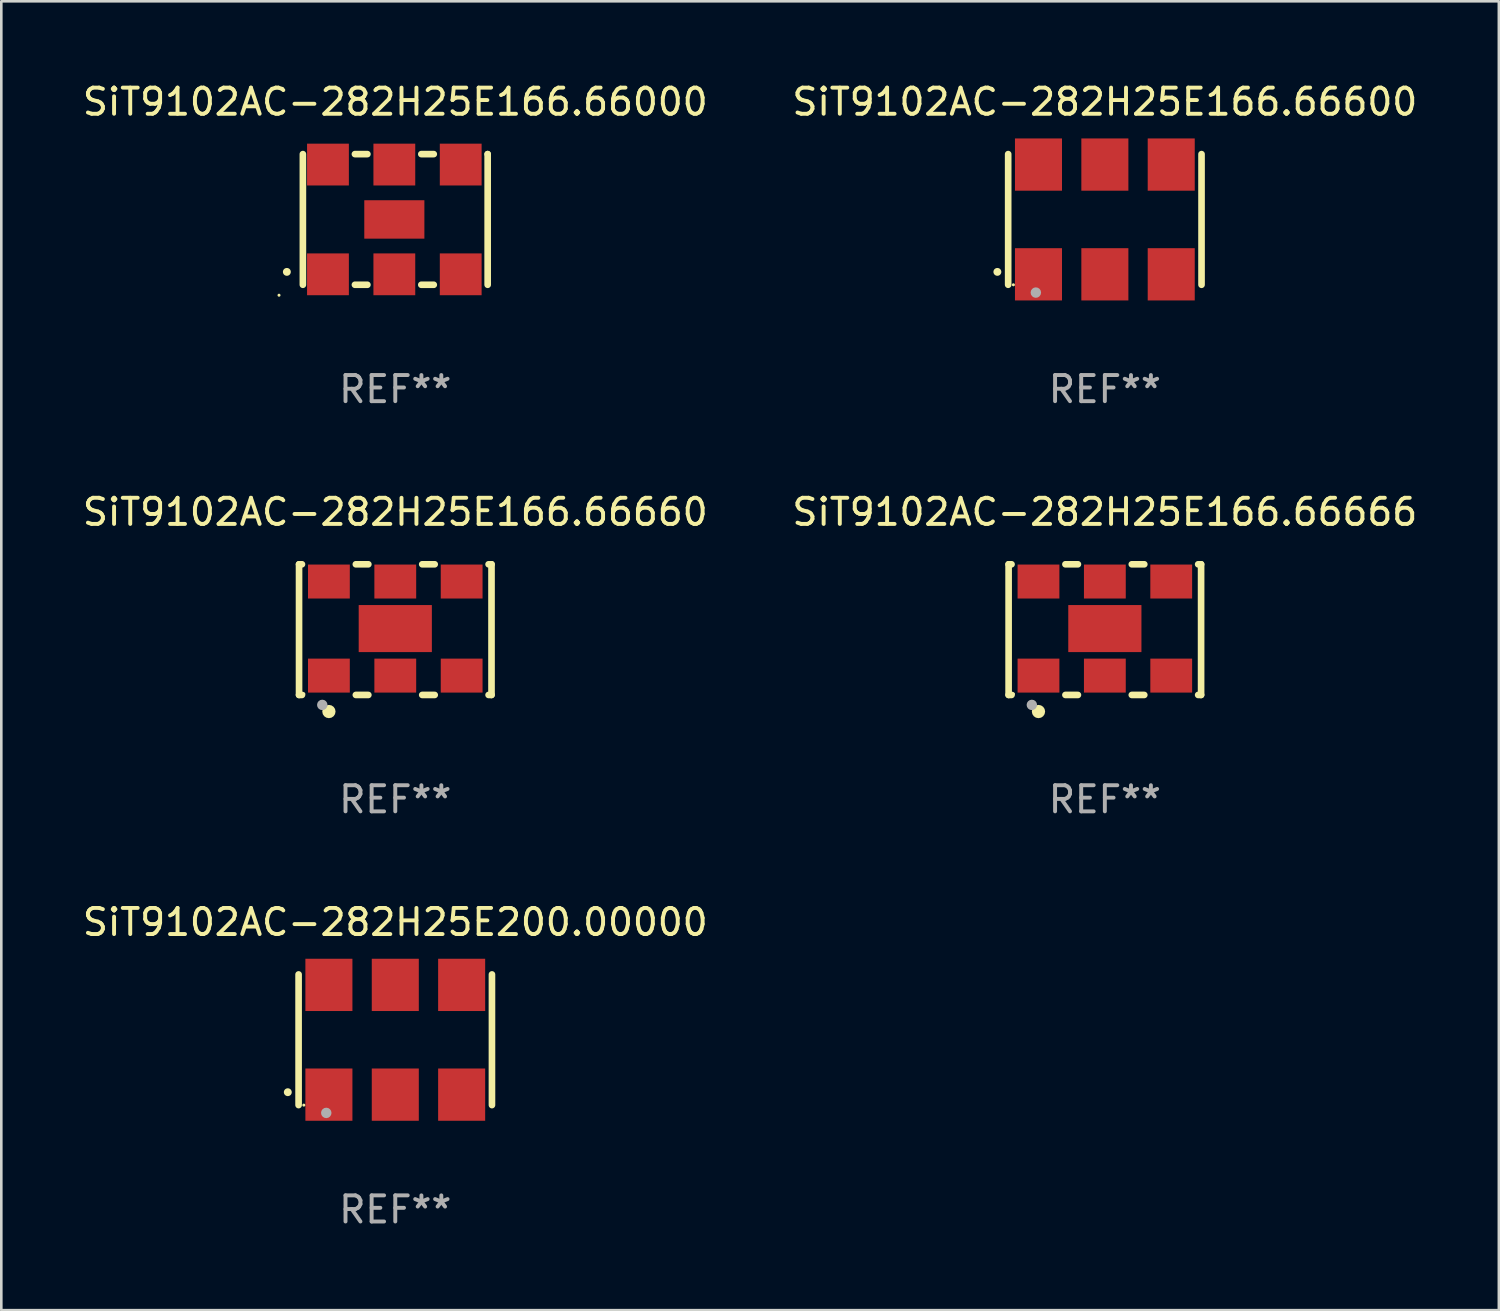
<source format=kicad_pcb>
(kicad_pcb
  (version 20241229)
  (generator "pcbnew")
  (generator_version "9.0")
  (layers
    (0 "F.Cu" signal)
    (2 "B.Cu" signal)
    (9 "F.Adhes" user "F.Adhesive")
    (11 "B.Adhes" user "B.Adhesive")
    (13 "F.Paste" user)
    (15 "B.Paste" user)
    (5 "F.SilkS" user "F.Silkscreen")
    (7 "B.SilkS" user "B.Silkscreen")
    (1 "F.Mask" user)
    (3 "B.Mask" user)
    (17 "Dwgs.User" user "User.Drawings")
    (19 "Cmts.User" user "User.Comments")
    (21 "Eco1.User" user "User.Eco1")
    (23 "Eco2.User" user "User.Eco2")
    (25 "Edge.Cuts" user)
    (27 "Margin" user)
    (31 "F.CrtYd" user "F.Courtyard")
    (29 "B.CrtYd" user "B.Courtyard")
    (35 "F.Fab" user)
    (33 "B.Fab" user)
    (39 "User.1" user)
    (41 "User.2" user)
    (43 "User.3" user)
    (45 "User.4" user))
  (footprint "SiT9102AC-282H25E166.66600"
    (layer "F.Cu")
    (at 39.232 5.348)
    (property "Reference" "SiT9102AC-282H25E166.66600" (at 0 -4.5 0) (layer "F.SilkS") (effects (font (size 1 1) (thickness 0.15))))
    (attr through_hole)
    (fp_line (start -3.7 -2.5) (end -3.7 2.5) (stroke (width 0.254) (type solid)) (layer "F.SilkS"))
    (fp_line (start 3.7 -2.5) (end 3.7 2.5) (stroke (width 0.254) (type solid)) (layer "F.SilkS"))
    (fp_arc (start -4.114415 2.006604) (mid -4.113145 2.006599) (end -4.111875 2.006604) (stroke (width 0.3) (type solid)) (layer "F.SilkS"))
    (fp_circle (center -3.5 2.501) (end -3.47 2.501) (stroke (width 0.06) (type solid)) (fill no) (layer "F.SilkS"))
    (fp_circle (center -2.641 2.799) (end -2.541 2.799) (stroke (width 0.2) (type solid)) (fill no) (layer "F.Fab"))
    (fp_text user "REF**" (at 0 6.5 0) (layer "F.Fab") (effects (font (size 1 1) (thickness 0.15))))
    (pad "1" smd rect (at -2.54 2.1) (size 1.8 2) (layers "F.Cu" "F.Mask" "F.Paste"))
    (pad "2" smd rect (at 0.000394 2.1) (size 1.8 2) (layers "F.Cu" "F.Mask" "F.Paste"))
    (pad "3" smd rect (at 2.54 2.1) (size 1.8 2) (layers "F.Cu" "F.Mask" "F.Paste"))
    (pad "4" smd rect (at 2.54 -2.1) (size 1.8 2) (layers "F.Cu" "F.Mask" "F.Paste"))
    (pad "5" smd rect (at 0.000394 -2.1) (size 1.8 2) (layers "F.Cu" "F.Mask" "F.Paste"))
    (pad "6" smd rect (at -2.54 -2.1) (size 1.8 2) (layers "F.Cu" "F.Mask" "F.Paste")))
  (footprint "SiT9102AC-282H25E200.00000"
    (layer "F.Cu")
    (at 12.077 36.741)
    (property "Reference" "SiT9102AC-282H25E200.00000" (at 0 -4.5 0) (layer "F.SilkS") (effects (font (size 1 1) (thickness 0.15))))
    (attr through_hole)
    (fp_line (start -3.7 -2.5) (end -3.7 2.5) (stroke (width 0.254) (type solid)) (layer "F.SilkS"))
    (fp_line (start 3.7 -2.5) (end 3.7 2.5) (stroke (width 0.254) (type solid)) (layer "F.SilkS"))
    (fp_arc (start -4.114415 2.006604) (mid -4.113145 2.006599) (end -4.111875 2.006604) (stroke (width 0.3) (type solid)) (layer "F.SilkS"))
    (fp_circle (center -3.5 2.501) (end -3.47 2.501) (stroke (width 0.06) (type solid)) (fill no) (layer "F.SilkS"))
    (fp_circle (center -2.641 2.799) (end -2.541 2.799) (stroke (width 0.2) (type solid)) (fill no) (layer "F.Fab"))
    (fp_text user "REF**" (at 0 6.5 0) (layer "F.Fab") (effects (font (size 1 1) (thickness 0.15))))
    (pad "1" smd rect (at -2.54 2.1) (size 1.8 2) (layers "F.Cu" "F.Mask" "F.Paste"))
    (pad "2" smd rect (at 0.000394 2.1) (size 1.8 2) (layers "F.Cu" "F.Mask" "F.Paste"))
    (pad "3" smd rect (at 2.54 2.1) (size 1.8 2) (layers "F.Cu" "F.Mask" "F.Paste"))
    (pad "4" smd rect (at 2.54 -2.1) (size 1.8 2) (layers "F.Cu" "F.Mask" "F.Paste"))
    (pad "5" smd rect (at 0.000394 -2.1) (size 1.8 2) (layers "F.Cu" "F.Mask" "F.Paste"))
    (pad "6" smd rect (at -2.54 -2.1) (size 1.8 2) (layers "F.Cu" "F.Mask" "F.Paste")))
  (footprint "SiT9102AC-282H25E166.66660"
    (layer "F.Cu")
    (at 12.077 21.045)
    (property "Reference" "SiT9102AC-282H25E166.66660" (at 0 -4.5 0) (layer "F.SilkS") (effects (font (size 1 1) (thickness 0.15))))
    (attr through_hole)
    (fp_line (start -3.683 -2.5) (end -3.571 -2.5) (stroke (width 0.254) (type solid)) (layer "F.SilkS"))
    (fp_line (start -3.683 2.5) (end -3.683 -2.5) (stroke (width 0.254) (type solid)) (layer "F.SilkS"))
    (fp_line (start -3.683 2.5) (end -3.571 2.5) (stroke (width 0.254) (type solid)) (layer "F.SilkS"))
    (fp_line (start -1.509 -2.5) (end -1.031 -2.5) (stroke (width 0.254) (type solid)) (layer "F.SilkS"))
    (fp_line (start -1.509 2.5) (end -1.031 2.5) (stroke (width 0.254) (type solid)) (layer "F.SilkS"))
    (fp_line (start 1.031 -2.5) (end 1.509 -2.5) (stroke (width 0.254) (type solid)) (layer "F.SilkS"))
    (fp_line (start 1.031 2.5) (end 1.509 2.5) (stroke (width 0.254) (type solid)) (layer "F.SilkS"))
    (fp_line (start 3.571 -2.5) (end 3.683 -2.5) (stroke (width 0.254) (type solid)) (layer "F.SilkS"))
    (fp_line (start 3.571 2.5) (end 3.683 2.5) (stroke (width 0.254) (type solid)) (layer "F.SilkS"))
    (fp_line (start 3.683 2.5) (end 3.683 -2.5) (stroke (width 0.254) (type solid)) (layer "F.SilkS"))
    (fp_circle (center -3.5 2.46) (end -3.47 2.46) (stroke (width 0.06) (type solid)) (fill no) (layer "F.SilkS"))
    (fp_circle (center -2.54 3.135) (end -2.413 3.135) (stroke (width 0.254) (type solid)) (fill no) (layer "F.SilkS"))
    (fp_circle (center -2.794 2.881) (end -2.694 2.881) (stroke (width 0.2) (type solid)) (fill no) (layer "F.Fab"))
    (fp_text user "REF**" (at 0 6.5 0) (layer "F.Fab") (effects (font (size 1 1) (thickness 0.15))))
    (pad "1" smd rect (at -2.54 1.76) (size 1.6 1.3) (layers "F.Cu" "F.Mask" "F.Paste"))
    (pad "2" smd rect (at 0 1.76) (size 1.6 1.3) (layers "F.Cu" "F.Mask" "F.Paste"))
    (pad "3" smd rect (at 2.54 1.76) (size 1.6 1.3) (layers "F.Cu" "F.Mask" "F.Paste"))
    (pad "4" smd rect (at 2.54 -1.84) (size 1.6 1.3) (layers "F.Cu" "F.Mask" "F.Paste"))
    (pad "5" smd rect (at 0 -1.84) (size 1.6 1.3) (layers "F.Cu" "F.Mask" "F.Paste"))
    (pad "6" smd rect (at -2.54 -1.84) (size 1.6 1.3) (layers "F.Cu" "F.Mask" "F.Paste"))
    (pad "7" smd rect (at 0 -0.04) (size 2.8 1.8) (layers "F.Cu" "F.Mask" "F.Paste")))
  (footprint "SiT9102AC-282H25E166.66000"
    (layer "F.Cu")
    (at 12.077 5.348)
    (property "Reference" "SiT9102AC-282H25E166.66000" (at 0 -4.5 0) (layer "F.SilkS") (effects (font (size 1 1) (thickness 0.15))))
    (attr through_hole)
    (fp_line (start -3.536 -2.5) (end -3.536 2.5) (stroke (width 0.254) (type solid)) (layer "F.SilkS"))
    (fp_line (start -1.544 2.5) (end -1.067 2.5) (stroke (width 0.254) (type solid)) (layer "F.SilkS"))
    (fp_line (start -1.067 -2.5) (end -1.544 -2.5) (stroke (width 0.254) (type solid)) (layer "F.SilkS"))
    (fp_line (start 0.996 2.5) (end 1.473 2.5) (stroke (width 0.254) (type solid)) (layer "F.SilkS"))
    (fp_line (start 1.473 -2.5) (end 0.996 -2.5) (stroke (width 0.254) (type solid)) (layer "F.SilkS"))
    (fp_line (start 3.536 -2.5) (end 3.536 -2.5) (stroke (width 0.254) (type solid)) (layer "F.SilkS"))
    (fp_line (start 3.536 2.5) (end 3.536 -2.5) (stroke (width 0.254) (type solid)) (layer "F.SilkS"))
    (fp_arc (start -4.150432 2.006604) (mid -4.149162 2.006599) (end -4.147892 2.006604) (stroke (width 0.3) (type solid)) (layer "F.SilkS"))
    (fp_circle (center -4.449 2.9) (end -4.419 2.9) (stroke (width 0.06) (type solid)) (fill no) (layer "F.SilkS"))
    (fp_text user "REF**" (at 0 6.5 0) (layer "F.Fab") (effects (font (size 1 1) (thickness 0.15))))
    (pad "1" smd rect (at -2.576 2.1) (size 1.6 1.6) (layers "F.Cu" "F.Mask" "F.Paste"))
    (pad "2" smd rect (at -0.036 2.1) (size 1.6 1.6) (layers "F.Cu" "F.Mask" "F.Paste"))
    (pad "3" smd rect (at 2.504 2.1) (size 1.6 1.6) (layers "F.Cu" "F.Mask" "F.Paste"))
    (pad "4" smd rect (at 2.504 -2.1) (size 1.6 1.6) (layers "F.Cu" "F.Mask" "F.Paste"))
    (pad "5" smd rect (at -0.036 -2.1) (size 1.6 1.6) (layers "F.Cu" "F.Mask" "F.Paste"))
    (pad "6" smd rect (at -2.576 -2.1) (size 1.6 1.6) (layers "F.Cu" "F.Mask" "F.Paste"))
    (pad "7" smd rect (at -0.036 0) (size 2.3 1.47) (layers "F.Cu" "F.Mask" "F.Paste")))
  (footprint "SiT9102AC-282H25E166.66666"
    (layer "F.Cu")
    (at 39.232 21.045)
    (property "Reference" "SiT9102AC-282H25E166.66666" (at 0 -4.5 0) (layer "F.SilkS") (effects (font (size 1 1) (thickness 0.15))))
    (attr through_hole)
    (fp_line (start -3.683 -2.5) (end -3.571 -2.5) (stroke (width 0.254) (type solid)) (layer "F.SilkS"))
    (fp_line (start -3.683 2.5) (end -3.683 -2.5) (stroke (width 0.254) (type solid)) (layer "F.SilkS"))
    (fp_line (start -3.683 2.5) (end -3.571 2.5) (stroke (width 0.254) (type solid)) (layer "F.SilkS"))
    (fp_line (start -1.509 -2.5) (end -1.031 -2.5) (stroke (width 0.254) (type solid)) (layer "F.SilkS"))
    (fp_line (start -1.509 2.5) (end -1.031 2.5) (stroke (width 0.254) (type solid)) (layer "F.SilkS"))
    (fp_line (start 1.031 -2.5) (end 1.509 -2.5) (stroke (width 0.254) (type solid)) (layer "F.SilkS"))
    (fp_line (start 1.031 2.5) (end 1.509 2.5) (stroke (width 0.254) (type solid)) (layer "F.SilkS"))
    (fp_line (start 3.571 -2.5) (end 3.683 -2.5) (stroke (width 0.254) (type solid)) (layer "F.SilkS"))
    (fp_line (start 3.571 2.5) (end 3.683 2.5) (stroke (width 0.254) (type solid)) (layer "F.SilkS"))
    (fp_line (start 3.683 2.5) (end 3.683 -2.5) (stroke (width 0.254) (type solid)) (layer "F.SilkS"))
    (fp_circle (center -3.5 2.46) (end -3.47 2.46) (stroke (width 0.06) (type solid)) (fill no) (layer "F.SilkS"))
    (fp_circle (center -2.54 3.135) (end -2.413 3.135) (stroke (width 0.254) (type solid)) (fill no) (layer "F.SilkS"))
    (fp_circle (center -2.794 2.881) (end -2.694 2.881) (stroke (width 0.2) (type solid)) (fill no) (layer "F.Fab"))
    (fp_text user "REF**" (at 0 6.5 0) (layer "F.Fab") (effects (font (size 1 1) (thickness 0.15))))
    (pad "1" smd rect (at -2.54 1.76) (size 1.6 1.3) (layers "F.Cu" "F.Mask" "F.Paste"))
    (pad "2" smd rect (at 0 1.76) (size 1.6 1.3) (layers "F.Cu" "F.Mask" "F.Paste"))
    (pad "3" smd rect (at 2.54 1.76) (size 1.6 1.3) (layers "F.Cu" "F.Mask" "F.Paste"))
    (pad "4" smd rect (at 2.54 -1.84) (size 1.6 1.3) (layers "F.Cu" "F.Mask" "F.Paste"))
    (pad "5" smd rect (at 0 -1.84) (size 1.6 1.3) (layers "F.Cu" "F.Mask" "F.Paste"))
    (pad "6" smd rect (at -2.54 -1.84) (size 1.6 1.3) (layers "F.Cu" "F.Mask" "F.Paste"))
    (pad "7" smd rect (at 0 -0.04) (size 2.8 1.8) (layers "F.Cu" "F.Mask" "F.Paste")))
  (gr_rect
    (start -3 -3)
    (end 54.31 47.09)
    (stroke (width 0.1) (type default))
    (fill no)
    (layer "Edge.Cuts")))
</source>
